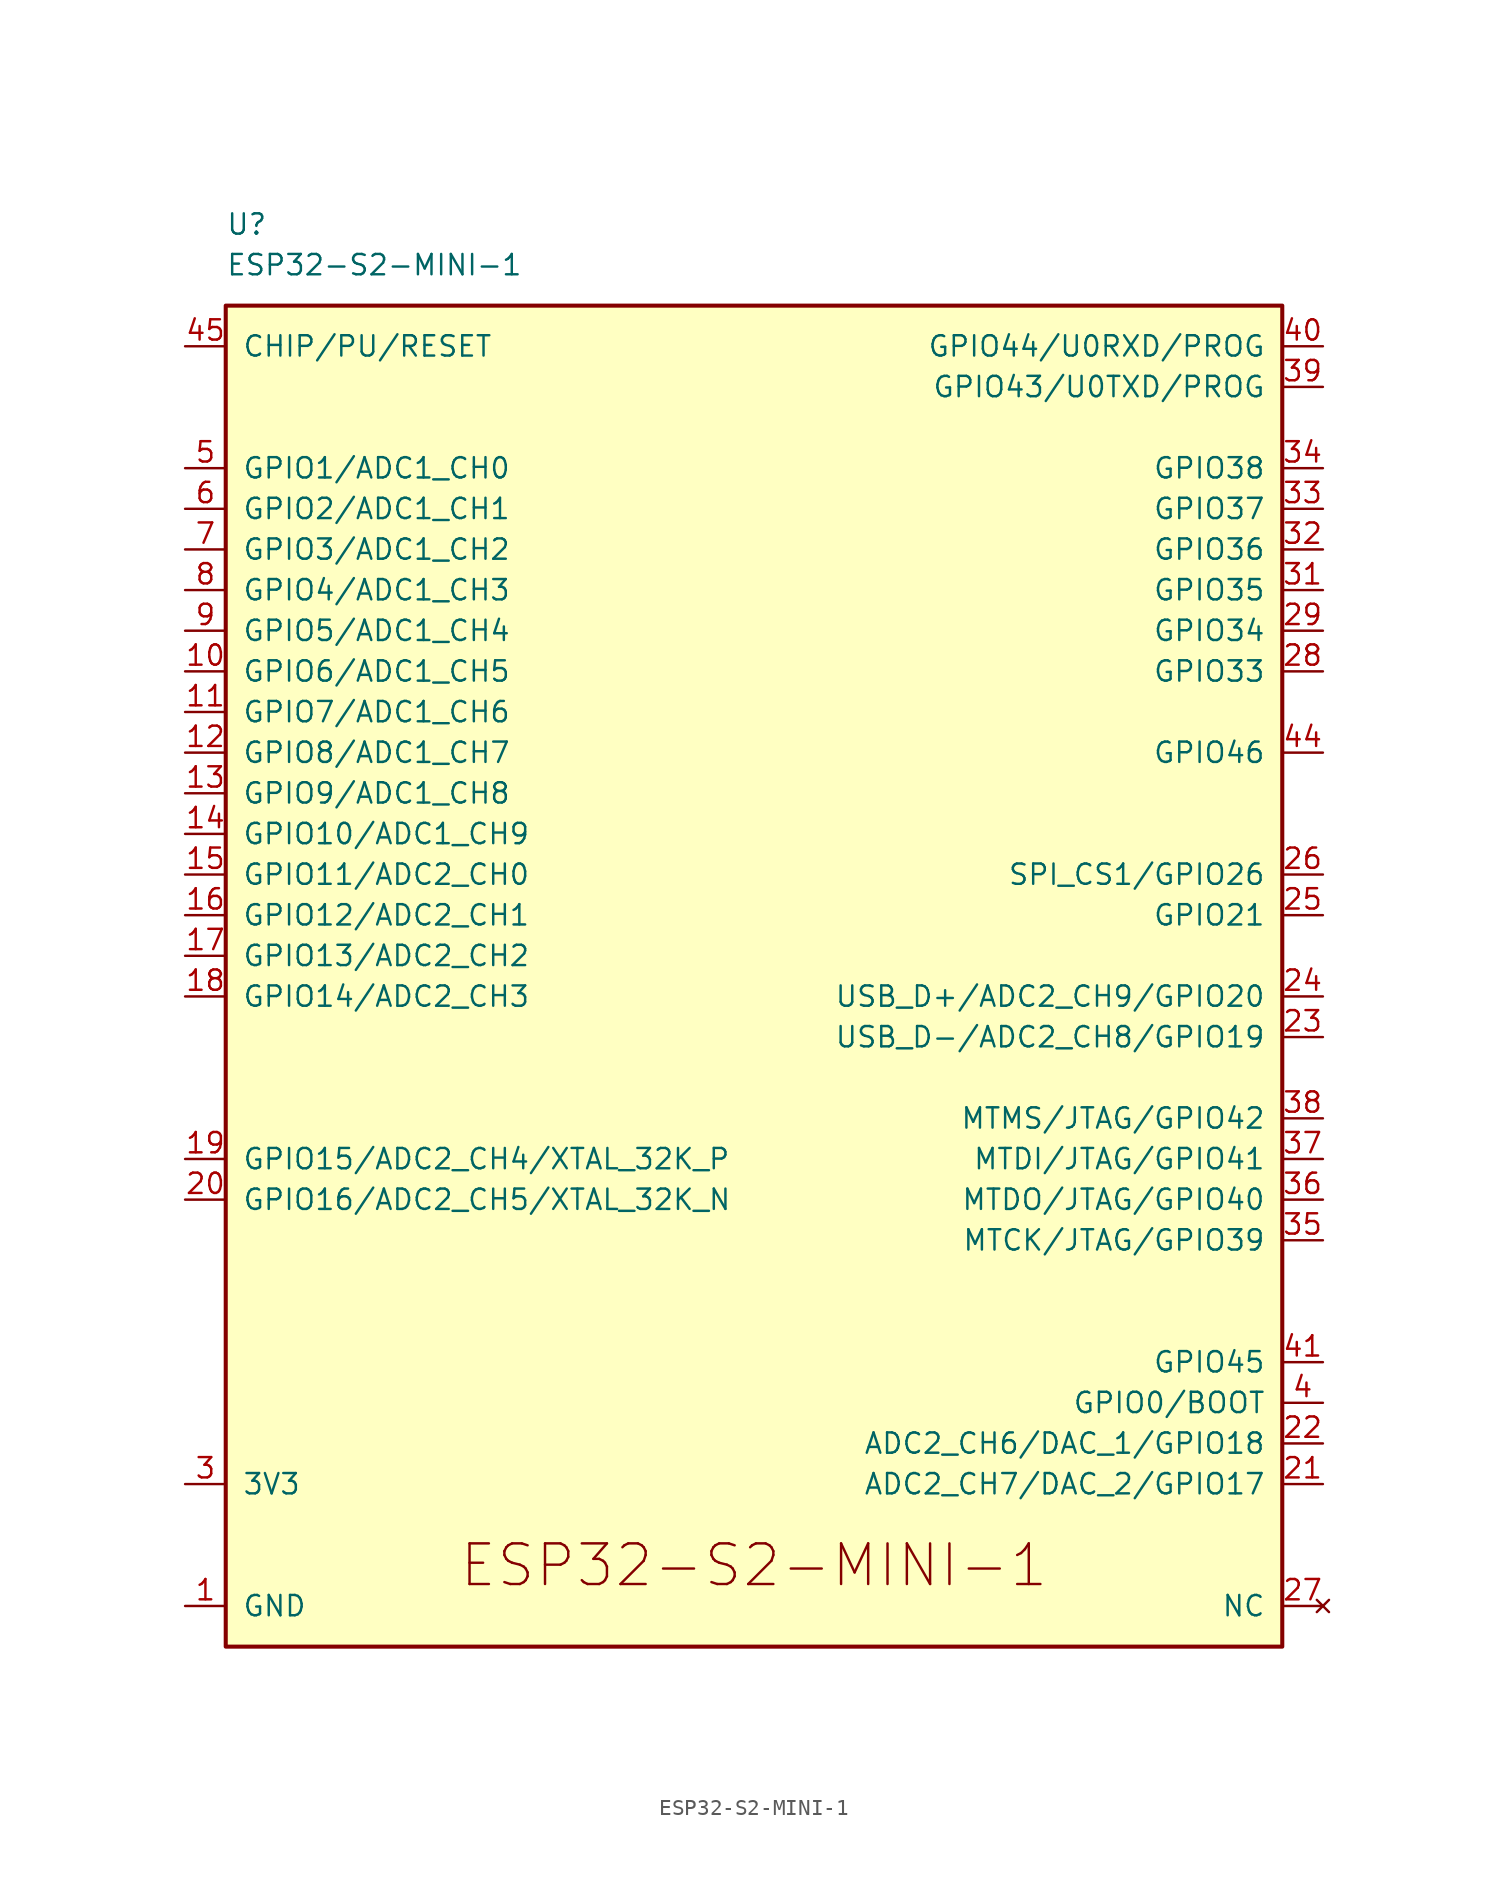
<source format=kicad_sym>
(kicad_symbol_lib
  (version 20231120)
  (generator "kicad_symbol_editor")
  (generator_version "8.0")
  (symbol "ESP32-S2-MINI-1"
    (pin_names
      (offset 1.016))
    (property "Reference" "U"
      (at -33.02 50.8 0)
      (effects (font (size 1.27 1.27)) (justify left)))
    (property "Value" "ESP32-S2-MINI-1"
      (at -33.02 48.26 0)
      (effects (font (size 1.27 1.27)) (justify left)))
    (symbol "ESP32-S2-MINI-1_0_0"
      (pin power_in line (at -35.56 -35.56 0) (length 2.54) (name "GND" (effects (font (size 1.27 1.27)))) (number "1" (effects (font (size 1.27 1.27)))))
      (pin passive line (at -35.56 -35.56 0) (length 2.54) hide (name "GND" (effects (font (size 1.27 1.27)))) (number "43" (effects (font (size 1.27 1.27)))))
      (pin input line (at 35.56 17.78 180) (length 2.54) (name "GPIO46" (effects (font (size 1.27 1.27)))) (number "44" (effects (font (size 1.27 1.27)))))
      (pin bidirectional line (at -35.56 43.18 0) (length 2.54) (name "CHIP/PU/RESET" (effects (font (size 1.27 1.27)))) (number "45" (effects (font (size 1.27 1.27)))))
      (pin passive line (at -35.56 -35.56 0) (length 2.54) hide (name "GND" (effects (font (size 1.27 1.27)))) (number "46" (effects (font (size 1.27 1.27)))))
      (pin passive line (at -35.56 -35.56 0) (length 2.54) hide (name "GND" (effects (font (size 1.27 1.27)))) (number "47" (effects (font (size 1.27 1.27)))))
      (pin passive line (at -35.56 -35.56 0) (length 2.54) hide (name "GND" (effects (font (size 1.27 1.27)))) (number "48" (effects (font (size 1.27 1.27)))))
      (pin passive line (at -35.56 -35.56 0) (length 2.54) hide (name "GND" (effects (font (size 1.27 1.27)))) (number "49" (effects (font (size 1.27 1.27)))))
      (pin passive line (at -35.56 -35.56 0) (length 2.54) hide (name "GND" (effects (font (size 1.27 1.27)))) (number "50" (effects (font (size 1.27 1.27)))))
      (pin passive line (at -35.56 -35.56 0) (length 2.54) hide (name "GND" (effects (font (size 1.27 1.27)))) (number "51" (effects (font (size 1.27 1.27)))))
      (pin passive line (at -35.56 -35.56 0) (length 2.54) hide (name "GND" (effects (font (size 1.27 1.27)))) (number "52" (effects (font (size 1.27 1.27)))))
      (pin passive line (at -35.56 -35.56 0) (length 2.54) hide (name "GND" (effects (font (size 1.27 1.27)))) (number "53" (effects (font (size 1.27 1.27)))))
      (pin passive line (at -35.56 -35.56 0) (length 2.54) hide (name "GND" (effects (font (size 1.27 1.27)))) (number "54" (effects (font (size 1.27 1.27)))))
      (pin passive line (at -35.56 -35.56 0) (length 2.54) hide (name "GND" (effects (font (size 1.27 1.27)))) (number "55" (effects (font (size 1.27 1.27)))))
      (pin passive line (at -35.56 -35.56 0) (length 2.54) hide (name "GND" (effects (font (size 1.27 1.27)))) (number "56" (effects (font (size 1.27 1.27)))))
      (pin passive line (at -35.56 -35.56 0) (length 2.54) hide (name "GND" (effects (font (size 1.27 1.27)))) (number "57" (effects (font (size 1.27 1.27)))))
      (pin passive line (at -35.56 -35.56 0) (length 2.54) hide (name "GND" (effects (font (size 1.27 1.27)))) (number "58" (effects (font (size 1.27 1.27)))))
      (pin passive line (at -35.56 -35.56 0) (length 2.54) hide (name "GND" (effects (font (size 1.27 1.27)))) (number "59" (effects (font (size 1.27 1.27)))))
      (pin passive line (at -35.56 -35.56 0) (length 2.54) hide (name "GND" (effects (font (size 1.27 1.27)))) (number "60" (effects (font (size 1.27 1.27)))))
      (pin passive line (at -35.56 -35.56 0) (length 2.54) hide (name "GND" (effects (font (size 1.27 1.27)))) (number "61" (effects (font (size 1.27 1.27)))))
      (pin passive line (at -35.56 -35.56 0) (length 2.54) hide (name "GND" (effects (font (size 1.27 1.27)))) (number "62" (effects (font (size 1.27 1.27)))))
      (pin passive line (at -35.56 -35.56 0) (length 2.54) hide (name "GND" (effects (font (size 1.27 1.27)))) (number "63" (effects (font (size 1.27 1.27)))))
      (pin passive line (at -35.56 -35.56 0) (length 2.54) hide (name "GND" (effects (font (size 1.27 1.27)))) (number "64" (effects (font (size 1.27 1.27)))))
      (pin passive line (at -35.56 -35.56 0) (length 2.54) hide (name "GND" (effects (font (size 1.27 1.27)))) (number "65" (effects (font (size 1.27 1.27))))))
    (symbol "ESP32-S2-MINI-1_1_1"
      (rectangle (start -33.02 45.72) (end 33.02 -38.1) (stroke (width 0.254) (type default)) (fill (type background)))
      (text "ESP32-S2-MINI-1" (at 0 -33.02 0) (effects (font (size 2.54 2.54))))
      (pin bidirectional line (at -35.56 22.86 0) (length 2.54) (name "GPIO6/ADC1_CH5" (effects (font (size 1.27 1.27)))) (number "10" (effects (font (size 1.27 1.27)))))
      (pin bidirectional line (at -35.56 20.32 0) (length 2.54) (name "GPIO7/ADC1_CH6" (effects (font (size 1.27 1.27)))) (number "11" (effects (font (size 1.27 1.27)))))
      (pin bidirectional line (at -35.56 17.78 0) (length 2.54) (name "GPIO8/ADC1_CH7" (effects (font (size 1.27 1.27)))) (number "12" (effects (font (size 1.27 1.27)))))
      (pin bidirectional line (at -35.56 15.24 0) (length 2.54) (name "GPIO9/ADC1_CH8" (effects (font (size 1.27 1.27)))) (number "13" (effects (font (size 1.27 1.27)))))
      (pin bidirectional line (at -35.56 12.7 0) (length 2.54) (name "GPIO10/ADC1_CH9" (effects (font (size 1.27 1.27)))) (number "14" (effects (font (size 1.27 1.27)))))
      (pin bidirectional line (at -35.56 10.16 0) (length 2.54) (name "GPIO11/ADC2_CH0" (effects (font (size 1.27 1.27)))) (number "15" (effects (font (size 1.27 1.27)))))
      (pin bidirectional line (at -35.56 7.62 0) (length 2.54) (name "GPIO12/ADC2_CH1" (effects (font (size 1.27 1.27)))) (number "16" (effects (font (size 1.27 1.27)))))
      (pin bidirectional line (at -35.56 5.08 0) (length 2.54) (name "GPIO13/ADC2_CH2" (effects (font (size 1.27 1.27)))) (number "17" (effects (font (size 1.27 1.27)))))
      (pin bidirectional line (at -35.56 2.54 0) (length 2.54) (name "GPIO14/ADC2_CH3" (effects (font (size 1.27 1.27)))) (number "18" (effects (font (size 1.27 1.27)))))
      (pin bidirectional line (at -35.56 -7.62 0) (length 2.54) (name "GPIO15/ADC2_CH4/XTAL_32K_P" (effects (font (size 1.27 1.27)))) (number "19" (effects (font (size 1.27 1.27)))))
      (pin passive line (at -35.56 -35.56 0) (length 2.54) hide (name "GND" (effects (font (size 1.27 1.27)))) (number "2" (effects (font (size 1.27 1.27)))))
      (pin bidirectional line (at -35.56 -10.16 0) (length 2.54) (name "GPIO16/ADC2_CH5/XTAL_32K_N" (effects (font (size 1.27 1.27)))) (number "20" (effects (font (size 1.27 1.27)))))
      (pin bidirectional line (at 35.56 -27.94 180) (length 2.54) (name "ADC2_CH7/DAC_2/GPIO17" (effects (font (size 1.27 1.27)))) (number "21" (effects (font (size 1.27 1.27)))))
      (pin bidirectional line (at 35.56 -25.4 180) (length 2.54) (name "ADC2_CH6/DAC_1/GPIO18" (effects (font (size 1.27 1.27)))) (number "22" (effects (font (size 1.27 1.27)))))
      (pin bidirectional line (at 35.56 0 180) (length 2.54) (name "USB_D-/ADC2_CH8/GPIO19" (effects (font (size 1.27 1.27)))) (number "23" (effects (font (size 1.27 1.27)))))
      (pin bidirectional line (at 35.56 2.54 180) (length 2.54) (name "USB_D+/ADC2_CH9/GPIO20" (effects (font (size 1.27 1.27)))) (number "24" (effects (font (size 1.27 1.27)))))
      (pin bidirectional line (at 35.56 7.62 180) (length 2.54) (name "GPIO21" (effects (font (size 1.27 1.27)))) (number "25" (effects (font (size 1.27 1.27)))))
      (pin bidirectional line (at 35.56 10.16 180) (length 2.54) (name "SPI_CS1/GPIO26" (effects (font (size 1.27 1.27)))) (number "26" (effects (font (size 1.27 1.27)))))
      (pin no_connect line (at 35.56 -35.56 180) (length 2.54) (name "NC" (effects (font (size 1.27 1.27)))) (number "27" (effects (font (size 1.27 1.27)))))
      (pin bidirectional line (at 35.56 22.86 180) (length 2.54) (name "GPIO33" (effects (font (size 1.27 1.27)))) (number "28" (effects (font (size 1.27 1.27)))))
      (pin bidirectional line (at 35.56 25.4 180) (length 2.54) (name "GPIO34" (effects (font (size 1.27 1.27)))) (number "29" (effects (font (size 1.27 1.27)))))
      (pin power_in line (at -35.56 -27.94 0) (length 2.54) (name "3V3" (effects (font (size 1.27 1.27)))) (number "3" (effects (font (size 1.27 1.27)))))
      (pin passive line (at -35.56 -35.56 0) (length 2.54) hide (name "GND" (effects (font (size 1.27 1.27)))) (number "30" (effects (font (size 1.27 1.27)))))
      (pin bidirectional line (at 35.56 27.94 180) (length 2.54) (name "GPIO35" (effects (font (size 1.27 1.27)))) (number "31" (effects (font (size 1.27 1.27)))))
      (pin bidirectional line (at 35.56 30.48 180) (length 2.54) (name "GPIO36" (effects (font (size 1.27 1.27)))) (number "32" (effects (font (size 1.27 1.27)))))
      (pin bidirectional line (at 35.56 33.02 180) (length 2.54) (name "GPIO37" (effects (font (size 1.27 1.27)))) (number "33" (effects (font (size 1.27 1.27)))))
      (pin bidirectional line (at 35.56 35.56 180) (length 2.54) (name "GPIO38" (effects (font (size 1.27 1.27)))) (number "34" (effects (font (size 1.27 1.27)))))
      (pin bidirectional line (at 35.56 -12.7 180) (length 2.54) (name "MTCK/JTAG/GPIO39" (effects (font (size 1.27 1.27)))) (number "35" (effects (font (size 1.27 1.27)))))
      (pin bidirectional line (at 35.56 -10.16 180) (length 2.54) (name "MTDO/JTAG/GPIO40" (effects (font (size 1.27 1.27)))) (number "36" (effects (font (size 1.27 1.27)))))
      (pin bidirectional line (at 35.56 -7.62 180) (length 2.54) (name "MTDI/JTAG/GPIO41" (effects (font (size 1.27 1.27)))) (number "37" (effects (font (size 1.27 1.27)))))
      (pin bidirectional line (at 35.56 -5.08 180) (length 2.54) (name "MTMS/JTAG/GPIO42" (effects (font (size 1.27 1.27)))) (number "38" (effects (font (size 1.27 1.27)))))
      (pin bidirectional line (at 35.56 40.64 180) (length 2.54) (name "GPIO43/U0TXD/PROG" (effects (font (size 1.27 1.27)))) (number "39" (effects (font (size 1.27 1.27)))))
      (pin bidirectional line (at 35.56 -22.86 180) (length 2.54) (name "GPIO0/BOOT" (effects (font (size 1.27 1.27)))) (number "4" (effects (font (size 1.27 1.27)))))
      (pin bidirectional line (at 35.56 43.18 180) (length 2.54) (name "GPIO44/U0RXD/PROG" (effects (font (size 1.27 1.27)))) (number "40" (effects (font (size 1.27 1.27)))))
      (pin bidirectional line (at 35.56 -20.32 180) (length 2.54) (name "GPIO45" (effects (font (size 1.27 1.27)))) (number "41" (effects (font (size 1.27 1.27)))))
      (pin passive line (at -35.56 -35.56 0) (length 2.54) hide (name "GND" (effects (font (size 1.27 1.27)))) (number "42" (effects (font (size 1.27 1.27)))))
      (pin bidirectional line (at -35.56 35.56 0) (length 2.54) (name "GPIO1/ADC1_CH0" (effects (font (size 1.27 1.27)))) (number "5" (effects (font (size 1.27 1.27)))))
      (pin bidirectional line (at -35.56 33.02 0) (length 2.54) (name "GPIO2/ADC1_CH1" (effects (font (size 1.27 1.27)))) (number "6" (effects (font (size 1.27 1.27)))))
      (pin bidirectional line (at -35.56 30.48 0) (length 2.54) (name "GPIO3/ADC1_CH2" (effects (font (size 1.27 1.27)))) (number "7" (effects (font (size 1.27 1.27)))))
      (pin bidirectional line (at -35.56 27.94 0) (length 2.54) (name "GPIO4/ADC1_CH3" (effects (font (size 1.27 1.27)))) (number "8" (effects (font (size 1.27 1.27)))))
      (pin bidirectional line (at -35.56 25.4 0) (length 2.54) (name "GPIO5/ADC1_CH4" (effects (font (size 1.27 1.27)))) (number "9" (effects (font (size 1.27 1.27))))))))
</source>
